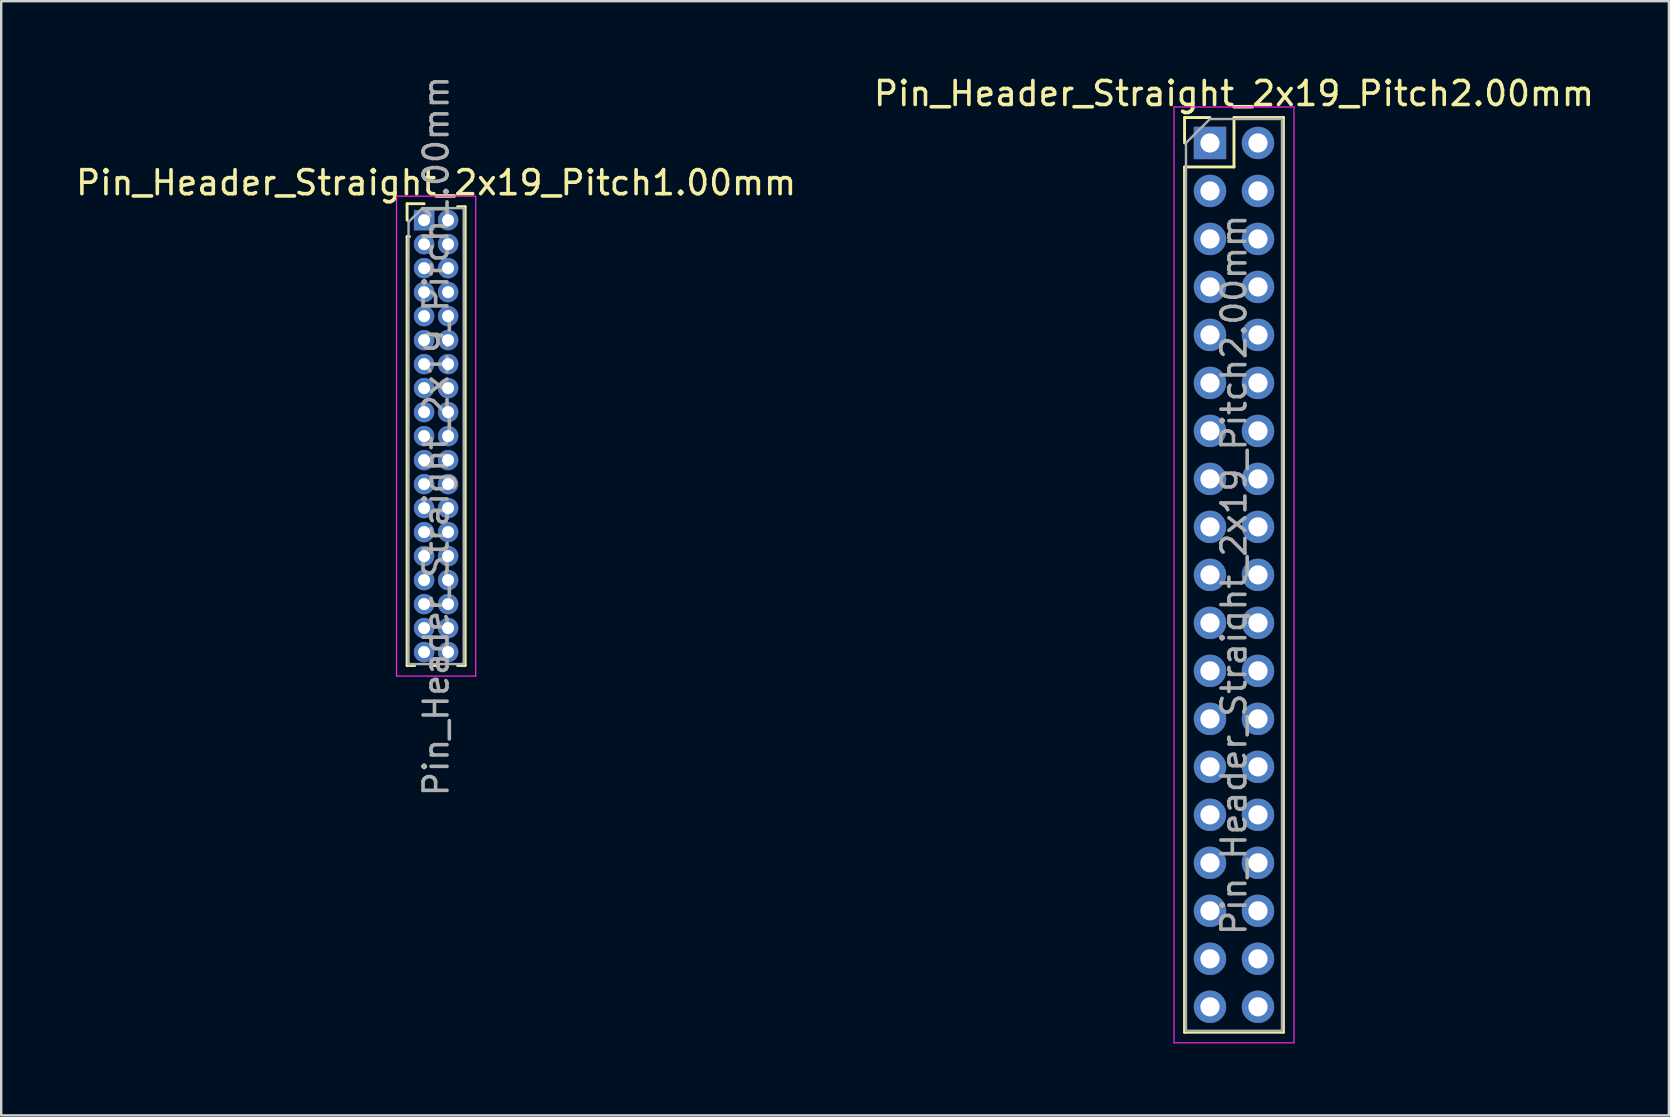
<source format=kicad_pcb>
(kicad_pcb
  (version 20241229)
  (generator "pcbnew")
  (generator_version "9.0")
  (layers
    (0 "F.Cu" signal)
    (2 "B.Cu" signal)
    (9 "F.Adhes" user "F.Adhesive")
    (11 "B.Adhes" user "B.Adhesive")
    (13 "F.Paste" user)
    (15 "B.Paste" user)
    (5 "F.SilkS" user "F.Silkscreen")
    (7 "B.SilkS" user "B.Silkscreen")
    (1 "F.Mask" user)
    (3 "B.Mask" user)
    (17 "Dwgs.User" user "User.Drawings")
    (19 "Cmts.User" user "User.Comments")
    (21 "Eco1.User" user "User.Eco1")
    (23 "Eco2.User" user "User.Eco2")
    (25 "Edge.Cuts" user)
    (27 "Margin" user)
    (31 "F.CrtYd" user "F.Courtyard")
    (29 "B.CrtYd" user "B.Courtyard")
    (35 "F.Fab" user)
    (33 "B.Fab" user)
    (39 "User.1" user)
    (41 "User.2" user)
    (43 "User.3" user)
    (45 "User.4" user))
  (footprint "Pin_Header_Straight_2x19_Pitch2.00mm"
    (layer "F.Cu")
    (at 47.375 2.908)
    (property "Reference" "Pin_Header_Straight_2x19_Pitch2.00mm" (at 1 -2.06 0) (layer "F.SilkS") (effects (font (size 1 1) (thickness 0.15))))
    (attr through_hole)
    (fp_line (start -1.06 -1.06) (end 0 -1.06) (stroke (width 0.12) (type solid)) (layer "F.SilkS"))
    (fp_line (start -1.06 0) (end -1.06 -1.06) (stroke (width 0.12) (type solid)) (layer "F.SilkS"))
    (fp_line (start -1.06 1) (end -1.06 37.06) (stroke (width 0.12) (type solid)) (layer "F.SilkS"))
    (fp_line (start -1.06 1) (end 1 1) (stroke (width 0.12) (type solid)) (layer "F.SilkS"))
    (fp_line (start -1.06 37.06) (end 3.06 37.06) (stroke (width 0.12) (type solid)) (layer "F.SilkS"))
    (fp_line (start 1 -1.06) (end 3.06 -1.06) (stroke (width 0.12) (type solid)) (layer "F.SilkS"))
    (fp_line (start 1 1) (end 1 -1.06) (stroke (width 0.12) (type solid)) (layer "F.SilkS"))
    (fp_line (start 3.06 -1.06) (end 3.06 37.06) (stroke (width 0.12) (type solid)) (layer "F.SilkS"))
    (fp_line (start -1.5 -1.5) (end -1.5 37.5) (stroke (width 0.05) (type solid)) (layer "F.CrtYd"))
    (fp_line (start -1.5 37.5) (end 3.5 37.5) (stroke (width 0.05) (type solid)) (layer "F.CrtYd"))
    (fp_line (start 3.5 -1.5) (end -1.5 -1.5) (stroke (width 0.05) (type solid)) (layer "F.CrtYd"))
    (fp_line (start 3.5 37.5) (end 3.5 -1.5) (stroke (width 0.05) (type solid)) (layer "F.CrtYd"))
    (fp_line (start -1 0) (end 0 -1) (stroke (width 0.1) (type solid)) (layer "F.Fab"))
    (fp_line (start -1 37) (end -1 0) (stroke (width 0.1) (type solid)) (layer "F.Fab"))
    (fp_line (start 0 -1) (end 3 -1) (stroke (width 0.1) (type solid)) (layer "F.Fab"))
    (fp_line (start 3 -1) (end 3 37) (stroke (width 0.1) (type solid)) (layer "F.Fab"))
    (fp_line (start 3 37) (end -1 37) (stroke (width 0.1) (type solid)) (layer "F.Fab"))
    (fp_text user "${REFERENCE}" (at 1 18 90) (layer "F.Fab") (effects (font (size 1 1) (thickness 0.15))))
    (pad "1" thru_hole rect (at 0 0) (size 1.35 1.35) (drill 0.8) (layers "*.Cu" "*.Mask"))
    (pad "2" thru_hole oval (at 2 0) (size 1.35 1.35) (drill 0.8) (layers "*.Cu" "*.Mask"))
    (pad "3" thru_hole oval (at 0 2) (size 1.35 1.35) (drill 0.8) (layers "*.Cu" "*.Mask"))
    (pad "4" thru_hole oval (at 2 2) (size 1.35 1.35) (drill 0.8) (layers "*.Cu" "*.Mask"))
    (pad "5" thru_hole oval (at 0 4) (size 1.35 1.35) (drill 0.8) (layers "*.Cu" "*.Mask"))
    (pad "6" thru_hole oval (at 2 4) (size 1.35 1.35) (drill 0.8) (layers "*.Cu" "*.Mask"))
    (pad "7" thru_hole oval (at 0 6) (size 1.35 1.35) (drill 0.8) (layers "*.Cu" "*.Mask"))
    (pad "8" thru_hole oval (at 2 6) (size 1.35 1.35) (drill 0.8) (layers "*.Cu" "*.Mask"))
    (pad "9" thru_hole oval (at 0 8) (size 1.35 1.35) (drill 0.8) (layers "*.Cu" "*.Mask"))
    (pad "10" thru_hole oval (at 2 8) (size 1.35 1.35) (drill 0.8) (layers "*.Cu" "*.Mask"))
    (pad "11" thru_hole oval (at 0 10) (size 1.35 1.35) (drill 0.8) (layers "*.Cu" "*.Mask"))
    (pad "12" thru_hole oval (at 2 10) (size 1.35 1.35) (drill 0.8) (layers "*.Cu" "*.Mask"))
    (pad "13" thru_hole oval (at 0 12) (size 1.35 1.35) (drill 0.8) (layers "*.Cu" "*.Mask"))
    (pad "14" thru_hole oval (at 2 12) (size 1.35 1.35) (drill 0.8) (layers "*.Cu" "*.Mask"))
    (pad "15" thru_hole oval (at 0 14) (size 1.35 1.35) (drill 0.8) (layers "*.Cu" "*.Mask"))
    (pad "16" thru_hole oval (at 2 14) (size 1.35 1.35) (drill 0.8) (layers "*.Cu" "*.Mask"))
    (pad "17" thru_hole oval (at 0 16) (size 1.35 1.35) (drill 0.8) (layers "*.Cu" "*.Mask"))
    (pad "18" thru_hole oval (at 2 16) (size 1.35 1.35) (drill 0.8) (layers "*.Cu" "*.Mask"))
    (pad "19" thru_hole oval (at 0 18) (size 1.35 1.35) (drill 0.8) (layers "*.Cu" "*.Mask"))
    (pad "20" thru_hole oval (at 2 18) (size 1.35 1.35) (drill 0.8) (layers "*.Cu" "*.Mask"))
    (pad "21" thru_hole oval (at 0 20) (size 1.35 1.35) (drill 0.8) (layers "*.Cu" "*.Mask"))
    (pad "22" thru_hole oval (at 2 20) (size 1.35 1.35) (drill 0.8) (layers "*.Cu" "*.Mask"))
    (pad "23" thru_hole oval (at 0 22) (size 1.35 1.35) (drill 0.8) (layers "*.Cu" "*.Mask"))
    (pad "24" thru_hole oval (at 2 22) (size 1.35 1.35) (drill 0.8) (layers "*.Cu" "*.Mask"))
    (pad "25" thru_hole oval (at 0 24) (size 1.35 1.35) (drill 0.8) (layers "*.Cu" "*.Mask"))
    (pad "26" thru_hole oval (at 2 24) (size 1.35 1.35) (drill 0.8) (layers "*.Cu" "*.Mask"))
    (pad "27" thru_hole oval (at 0 26) (size 1.35 1.35) (drill 0.8) (layers "*.Cu" "*.Mask"))
    (pad "28" thru_hole oval (at 2 26) (size 1.35 1.35) (drill 0.8) (layers "*.Cu" "*.Mask"))
    (pad "29" thru_hole oval (at 0 28) (size 1.35 1.35) (drill 0.8) (layers "*.Cu" "*.Mask"))
    (pad "30" thru_hole oval (at 2 28) (size 1.35 1.35) (drill 0.8) (layers "*.Cu" "*.Mask"))
    (pad "31" thru_hole oval (at 0 30) (size 1.35 1.35) (drill 0.8) (layers "*.Cu" "*.Mask"))
    (pad "32" thru_hole oval (at 2 30) (size 1.35 1.35) (drill 0.8) (layers "*.Cu" "*.Mask"))
    (pad "33" thru_hole oval (at 0 32) (size 1.35 1.35) (drill 0.8) (layers "*.Cu" "*.Mask"))
    (pad "34" thru_hole oval (at 2 32) (size 1.35 1.35) (drill 0.8) (layers "*.Cu" "*.Mask"))
    (pad "35" thru_hole oval (at 0 34) (size 1.35 1.35) (drill 0.8) (layers "*.Cu" "*.Mask"))
    (pad "36" thru_hole oval (at 2 34) (size 1.35 1.35) (drill 0.8) (layers "*.Cu" "*.Mask"))
    (pad "37" thru_hole oval (at 0 36) (size 1.35 1.35) (drill 0.8) (layers "*.Cu" "*.Mask"))
    (pad "38" thru_hole oval (at 2 36) (size 1.35 1.35) (drill 0.8) (layers "*.Cu" "*.Mask")))
  (footprint "Pin_Header_Straight_2x19_Pitch1.00mm"
    (layer "F.Cu")
    (at 14.625 6.125)
    (property "Reference" "Pin_Header_Straight_2x19_Pitch1.00mm" (at 0.5 -1.56 0) (layer "F.SilkS") (effects (font (size 1 1) (thickness 0.15))))
    (attr through_hole)
    (fp_line (start -0.71 -0.685) (end 0 -0.685) (stroke (width 0.12) (type solid)) (layer "F.SilkS"))
    (fp_line (start -0.71 0) (end -0.71 -0.685) (stroke (width 0.12) (type solid)) (layer "F.SilkS"))
    (fp_line (start -0.71 0.685) (end -0.71 18.56) (stroke (width 0.12) (type solid)) (layer "F.SilkS"))
    (fp_line (start -0.71 0.685) (end -0.608 0.685) (stroke (width 0.12) (type solid)) (layer "F.SilkS"))
    (fp_line (start -0.71 18.56) (end -0.394 18.56) (stroke (width 0.12) (type solid)) (layer "F.SilkS"))
    (fp_line (start 0.394 18.56) (end 0.606 18.56) (stroke (width 0.12) (type solid)) (layer "F.SilkS"))
    (fp_line (start 1.394 -0.56) (end 1.71 -0.56) (stroke (width 0.12) (type solid)) (layer "F.SilkS"))
    (fp_line (start 1.394 18.56) (end 1.71 18.56) (stroke (width 0.12) (type solid)) (layer "F.SilkS"))
    (fp_line (start 1.71 -0.56) (end 1.71 18.56) (stroke (width 0.12) (type solid)) (layer "F.SilkS"))
    (fp_line (start -1.15 -1) (end -1.15 19) (stroke (width 0.05) (type solid)) (layer "F.CrtYd"))
    (fp_line (start -1.15 19) (end 2.15 19) (stroke (width 0.05) (type solid)) (layer "F.CrtYd"))
    (fp_line (start 2.15 -1) (end -1.15 -1) (stroke (width 0.05) (type solid)) (layer "F.CrtYd"))
    (fp_line (start 2.15 19) (end 2.15 -1) (stroke (width 0.05) (type solid)) (layer "F.CrtYd"))
    (fp_line (start -0.65 0.075) (end -0.075 -0.5) (stroke (width 0.1) (type solid)) (layer "F.Fab"))
    (fp_line (start -0.65 18.5) (end -0.65 0.075) (stroke (width 0.1) (type solid)) (layer "F.Fab"))
    (fp_line (start -0.075 -0.5) (end 1.65 -0.5) (stroke (width 0.1) (type solid)) (layer "F.Fab"))
    (fp_line (start 1.65 -0.5) (end 1.65 18.5) (stroke (width 0.1) (type solid)) (layer "F.Fab"))
    (fp_line (start 1.65 18.5) (end -0.65 18.5) (stroke (width 0.1) (type solid)) (layer "F.Fab"))
    (fp_text user "${REFERENCE}" (at 0.5 9 90) (layer "F.Fab") (effects (font (size 1 1) (thickness 0.15))))
    (pad "1" thru_hole rect (at 0 0) (size 0.85 0.85) (drill 0.5) (layers "*.Cu" "*.Mask"))
    (pad "2" thru_hole oval (at 1 0) (size 0.85 0.85) (drill 0.5) (layers "*.Cu" "*.Mask"))
    (pad "3" thru_hole oval (at 0 1) (size 0.85 0.85) (drill 0.5) (layers "*.Cu" "*.Mask"))
    (pad "4" thru_hole oval (at 1 1) (size 0.85 0.85) (drill 0.5) (layers "*.Cu" "*.Mask"))
    (pad "5" thru_hole oval (at 0 2) (size 0.85 0.85) (drill 0.5) (layers "*.Cu" "*.Mask"))
    (pad "6" thru_hole oval (at 1 2) (size 0.85 0.85) (drill 0.5) (layers "*.Cu" "*.Mask"))
    (pad "7" thru_hole oval (at 0 3) (size 0.85 0.85) (drill 0.5) (layers "*.Cu" "*.Mask"))
    (pad "8" thru_hole oval (at 1 3) (size 0.85 0.85) (drill 0.5) (layers "*.Cu" "*.Mask"))
    (pad "9" thru_hole oval (at 0 4) (size 0.85 0.85) (drill 0.5) (layers "*.Cu" "*.Mask"))
    (pad "10" thru_hole oval (at 1 4) (size 0.85 0.85) (drill 0.5) (layers "*.Cu" "*.Mask"))
    (pad "11" thru_hole oval (at 0 5) (size 0.85 0.85) (drill 0.5) (layers "*.Cu" "*.Mask"))
    (pad "12" thru_hole oval (at 1 5) (size 0.85 0.85) (drill 0.5) (layers "*.Cu" "*.Mask"))
    (pad "13" thru_hole oval (at 0 6) (size 0.85 0.85) (drill 0.5) (layers "*.Cu" "*.Mask"))
    (pad "14" thru_hole oval (at 1 6) (size 0.85 0.85) (drill 0.5) (layers "*.Cu" "*.Mask"))
    (pad "15" thru_hole oval (at 0 7) (size 0.85 0.85) (drill 0.5) (layers "*.Cu" "*.Mask"))
    (pad "16" thru_hole oval (at 1 7) (size 0.85 0.85) (drill 0.5) (layers "*.Cu" "*.Mask"))
    (pad "17" thru_hole oval (at 0 8) (size 0.85 0.85) (drill 0.5) (layers "*.Cu" "*.Mask"))
    (pad "18" thru_hole oval (at 1 8) (size 0.85 0.85) (drill 0.5) (layers "*.Cu" "*.Mask"))
    (pad "19" thru_hole oval (at 0 9) (size 0.85 0.85) (drill 0.5) (layers "*.Cu" "*.Mask"))
    (pad "20" thru_hole oval (at 1 9) (size 0.85 0.85) (drill 0.5) (layers "*.Cu" "*.Mask"))
    (pad "21" thru_hole oval (at 0 10) (size 0.85 0.85) (drill 0.5) (layers "*.Cu" "*.Mask"))
    (pad "22" thru_hole oval (at 1 10) (size 0.85 0.85) (drill 0.5) (layers "*.Cu" "*.Mask"))
    (pad "23" thru_hole oval (at 0 11) (size 0.85 0.85) (drill 0.5) (layers "*.Cu" "*.Mask"))
    (pad "24" thru_hole oval (at 1 11) (size 0.85 0.85) (drill 0.5) (layers "*.Cu" "*.Mask"))
    (pad "25" thru_hole oval (at 0 12) (size 0.85 0.85) (drill 0.5) (layers "*.Cu" "*.Mask"))
    (pad "26" thru_hole oval (at 1 12) (size 0.85 0.85) (drill 0.5) (layers "*.Cu" "*.Mask"))
    (pad "27" thru_hole oval (at 0 13) (size 0.85 0.85) (drill 0.5) (layers "*.Cu" "*.Mask"))
    (pad "28" thru_hole oval (at 1 13) (size 0.85 0.85) (drill 0.5) (layers "*.Cu" "*.Mask"))
    (pad "29" thru_hole oval (at 0 14) (size 0.85 0.85) (drill 0.5) (layers "*.Cu" "*.Mask"))
    (pad "30" thru_hole oval (at 1 14) (size 0.85 0.85) (drill 0.5) (layers "*.Cu" "*.Mask"))
    (pad "31" thru_hole oval (at 0 15) (size 0.85 0.85) (drill 0.5) (layers "*.Cu" "*.Mask"))
    (pad "32" thru_hole oval (at 1 15) (size 0.85 0.85) (drill 0.5) (layers "*.Cu" "*.Mask"))
    (pad "33" thru_hole oval (at 0 16) (size 0.85 0.85) (drill 0.5) (layers "*.Cu" "*.Mask"))
    (pad "34" thru_hole oval (at 1 16) (size 0.85 0.85) (drill 0.5) (layers "*.Cu" "*.Mask"))
    (pad "35" thru_hole oval (at 0 17) (size 0.85 0.85) (drill 0.5) (layers "*.Cu" "*.Mask"))
    (pad "36" thru_hole oval (at 1 17) (size 0.85 0.85) (drill 0.5) (layers "*.Cu" "*.Mask"))
    (pad "37" thru_hole oval (at 0 18) (size 0.85 0.85) (drill 0.5) (layers "*.Cu" "*.Mask"))
    (pad "38" thru_hole oval (at 1 18) (size 0.85 0.85) (drill 0.5) (layers "*.Cu" "*.Mask")))
  (gr_rect
    (start -3 -3)
    (end 66.5 43.433)
    (stroke (width 0.1) (type default))
    (fill no)
    (layer "Edge.Cuts")))
</source>
